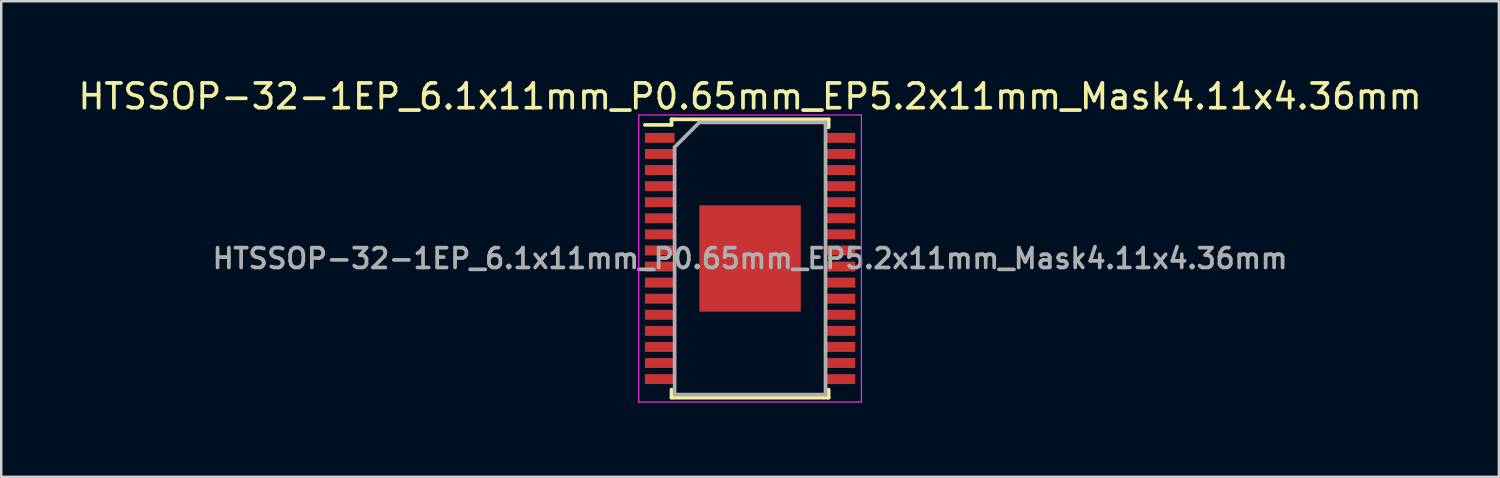
<source format=kicad_pcb>
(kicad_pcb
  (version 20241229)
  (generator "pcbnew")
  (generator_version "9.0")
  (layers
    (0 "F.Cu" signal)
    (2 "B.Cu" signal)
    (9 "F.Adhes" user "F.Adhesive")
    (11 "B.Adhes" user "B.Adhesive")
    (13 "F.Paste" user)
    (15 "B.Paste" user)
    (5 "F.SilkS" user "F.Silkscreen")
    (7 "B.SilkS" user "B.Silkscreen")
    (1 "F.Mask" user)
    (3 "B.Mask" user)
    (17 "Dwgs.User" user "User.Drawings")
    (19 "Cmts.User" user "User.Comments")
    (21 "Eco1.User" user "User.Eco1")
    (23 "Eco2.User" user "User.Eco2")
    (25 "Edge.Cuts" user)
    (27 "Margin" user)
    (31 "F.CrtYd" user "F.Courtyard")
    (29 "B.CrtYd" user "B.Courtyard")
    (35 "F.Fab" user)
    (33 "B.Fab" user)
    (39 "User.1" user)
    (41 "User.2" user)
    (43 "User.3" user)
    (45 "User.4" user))
  (footprint "HTSSOP-32-1EP_6.1x11mm_P0.65mm_EP5.2x11mm_Mask4.11x4.36mm"
    (layer "F.Cu")
    (at 27.268 7.398)
    (property "Reference" "HTSSOP-32-1EP_6.1x11mm_P0.65mm_EP5.2x11mm_Mask4.11x4.36mm" (at 0 -6.55 0) (layer "F.SilkS") (effects (font (size 1 1) (thickness 0.15))))
    (attr smd)
    (fp_line (start -4.25 -5.4) (end -3.175 -5.4) (stroke (width 0.15) (type solid)) (layer "F.SilkS"))
    (fp_line (start -3.175 -5.625) (end 3.175 -5.625) (stroke (width 0.15) (type solid)) (layer "F.SilkS"))
    (fp_line (start -3.175 -5.4) (end -3.175 -5.625) (stroke (width 0.15) (type solid)) (layer "F.SilkS"))
    (fp_line (start -3.175 5.3) (end -3.175 5.625) (stroke (width 0.15) (type solid)) (layer "F.SilkS"))
    (fp_line (start -3.175 5.625) (end 3.175 5.625) (stroke (width 0.15) (type solid)) (layer "F.SilkS"))
    (fp_line (start 3.175 -5.625) (end 3.175 -5.3) (stroke (width 0.15) (type solid)) (layer "F.SilkS"))
    (fp_line (start 3.175 5.625) (end 3.175 5.3) (stroke (width 0.15) (type solid)) (layer "F.SilkS"))
    (fp_line (start -4.5 -5.8) (end -4.5 5.8) (stroke (width 0.05) (type solid)) (layer "F.CrtYd"))
    (fp_line (start -4.5 5.8) (end 4.5 5.8) (stroke (width 0.05) (type solid)) (layer "F.CrtYd"))
    (fp_line (start 4.5 -5.8) (end -4.5 -5.8) (stroke (width 0.05) (type solid)) (layer "F.CrtYd"))
    (fp_line (start 4.5 5.8) (end 4.5 -5.8) (stroke (width 0.05) (type solid)) (layer "F.CrtYd"))
    (fp_line (start -3.05 -4.5) (end -2.05 -5.5) (stroke (width 0.15) (type solid)) (layer "F.Fab"))
    (fp_line (start -3.05 5.5) (end -3.05 -4.5) (stroke (width 0.15) (type solid)) (layer "F.Fab"))
    (fp_line (start -2.05 -5.5) (end 3.05 -5.5) (stroke (width 0.15) (type solid)) (layer "F.Fab"))
    (fp_line (start 3.05 -5.5) (end 3.05 5.5) (stroke (width 0.15) (type solid)) (layer "F.Fab"))
    (fp_line (start 3.05 5.5) (end -3.05 5.5) (stroke (width 0.15) (type solid)) (layer "F.Fab"))
    (fp_text user "${REFERENCE}" (at 0 0 0) (layer "F.Fab") (effects (font (size 0.8 0.8) (thickness 0.15))))
    (pad "" smd rect (at -1.37 -1.46) (size 1.07 1.16) (layers "F.Paste"))
    (pad "" smd rect (at -1.37 0) (size 1.07 1.16) (layers "F.Paste"))
    (pad "" smd rect (at -1.37 1.46) (size 1.07 1.16) (layers "F.Paste"))
    (pad "" smd rect (at 0 -1.46) (size 1.07 1.16) (layers "F.Paste"))
    (pad "" smd rect (at 0 0) (size 1.07 1.16) (layers "F.Paste"))
    (pad "" smd rect (at 0 0) (size 4.11 4.36) (layers "F.Mask"))
    (pad "" smd rect (at 0 1.46) (size 1.07 1.16) (layers "F.Paste"))
    (pad "" smd rect (at 1.37 -1.46) (size 1.07 1.16) (layers "F.Paste"))
    (pad "" smd rect (at 1.37 0) (size 1.07 1.16) (layers "F.Paste"))
    (pad "" smd rect (at 1.37 1.46) (size 1.07 1.16) (layers "F.Paste"))
    (pad "1" smd rect (at -3.65 -4.875) (size 1.2 0.4) (layers "F.Cu" "F.Mask" "F.Paste"))
    (pad "2" smd rect (at -3.65 -4.225) (size 1.2 0.4) (layers "F.Cu" "F.Mask" "F.Paste"))
    (pad "3" smd rect (at -3.65 -3.575) (size 1.2 0.4) (layers "F.Cu" "F.Mask" "F.Paste"))
    (pad "4" smd rect (at -3.65 -2.925) (size 1.2 0.4) (layers "F.Cu" "F.Mask" "F.Paste"))
    (pad "5" smd rect (at -3.65 -2.275) (size 1.2 0.4) (layers "F.Cu" "F.Mask" "F.Paste"))
    (pad "6" smd rect (at -3.65 -1.625) (size 1.2 0.4) (layers "F.Cu" "F.Mask" "F.Paste"))
    (pad "7" smd rect (at -3.65 -0.975) (size 1.2 0.4) (layers "F.Cu" "F.Mask" "F.Paste"))
    (pad "8" smd rect (at -3.65 -0.325) (size 1.2 0.4) (layers "F.Cu" "F.Mask" "F.Paste"))
    (pad "9" smd rect (at -3.65 0.325) (size 1.2 0.4) (layers "F.Cu" "F.Mask" "F.Paste"))
    (pad "10" smd rect (at -3.65 0.975) (size 1.2 0.4) (layers "F.Cu" "F.Mask" "F.Paste"))
    (pad "11" smd rect (at -3.65 1.625) (size 1.2 0.4) (layers "F.Cu" "F.Mask" "F.Paste"))
    (pad "12" smd rect (at -3.65 2.275) (size 1.2 0.4) (layers "F.Cu" "F.Mask" "F.Paste"))
    (pad "13" smd rect (at -3.65 2.925) (size 1.2 0.4) (layers "F.Cu" "F.Mask" "F.Paste"))
    (pad "14" smd rect (at -3.65 3.575) (size 1.2 0.4) (layers "F.Cu" "F.Mask" "F.Paste"))
    (pad "15" smd rect (at -3.65 4.225) (size 1.2 0.4) (layers "F.Cu" "F.Mask" "F.Paste"))
    (pad "16" smd rect (at -3.65 4.875) (size 1.2 0.4) (layers "F.Cu" "F.Mask" "F.Paste"))
    (pad "17" smd rect (at 3.65 4.875) (size 1.2 0.4) (layers "F.Cu" "F.Mask" "F.Paste"))
    (pad "18" smd rect (at 3.65 4.225) (size 1.2 0.4) (layers "F.Cu" "F.Mask" "F.Paste"))
    (pad "19" smd rect (at 3.65 3.575) (size 1.2 0.4) (layers "F.Cu" "F.Mask" "F.Paste"))
    (pad "20" smd rect (at 3.65 2.925) (size 1.2 0.4) (layers "F.Cu" "F.Mask" "F.Paste"))
    (pad "21" smd rect (at 3.65 2.275) (size 1.2 0.4) (layers "F.Cu" "F.Mask" "F.Paste"))
    (pad "22" smd rect (at 3.65 1.625) (size 1.2 0.4) (layers "F.Cu" "F.Mask" "F.Paste"))
    (pad "23" smd rect (at 3.65 0.975) (size 1.2 0.4) (layers "F.Cu" "F.Mask" "F.Paste"))
    (pad "24" smd rect (at 3.65 0.325) (size 1.2 0.4) (layers "F.Cu" "F.Mask" "F.Paste"))
    (pad "25" smd rect (at 3.65 -0.325) (size 1.2 0.4) (layers "F.Cu" "F.Mask" "F.Paste"))
    (pad "26" smd rect (at 3.65 -0.975) (size 1.2 0.4) (layers "F.Cu" "F.Mask" "F.Paste"))
    (pad "27" smd rect (at 3.65 -1.625) (size 1.2 0.4) (layers "F.Cu" "F.Mask" "F.Paste"))
    (pad "28" smd rect (at 3.65 -2.275) (size 1.2 0.4) (layers "F.Cu" "F.Mask" "F.Paste"))
    (pad "29" smd rect (at 3.65 -2.925) (size 1.2 0.4) (layers "F.Cu" "F.Mask" "F.Paste"))
    (pad "30" smd rect (at 3.65 -3.575) (size 1.2 0.4) (layers "F.Cu" "F.Mask" "F.Paste"))
    (pad "31" smd rect (at 3.65 -4.225) (size 1.2 0.4) (layers "F.Cu" "F.Mask" "F.Paste"))
    (pad "32" smd rect (at 3.65 -4.875) (size 1.2 0.4) (layers "F.Cu" "F.Mask" "F.Paste"))
    (pad "33" smd rect (at 0 0) (size 4.1 4.3) (layers "F.Cu")))
  (gr_rect
    (start -3 -3)
    (end 57.536 16.223)
    (stroke (width 0.1) (type default))
    (fill no)
    (layer "Edge.Cuts")))
</source>
